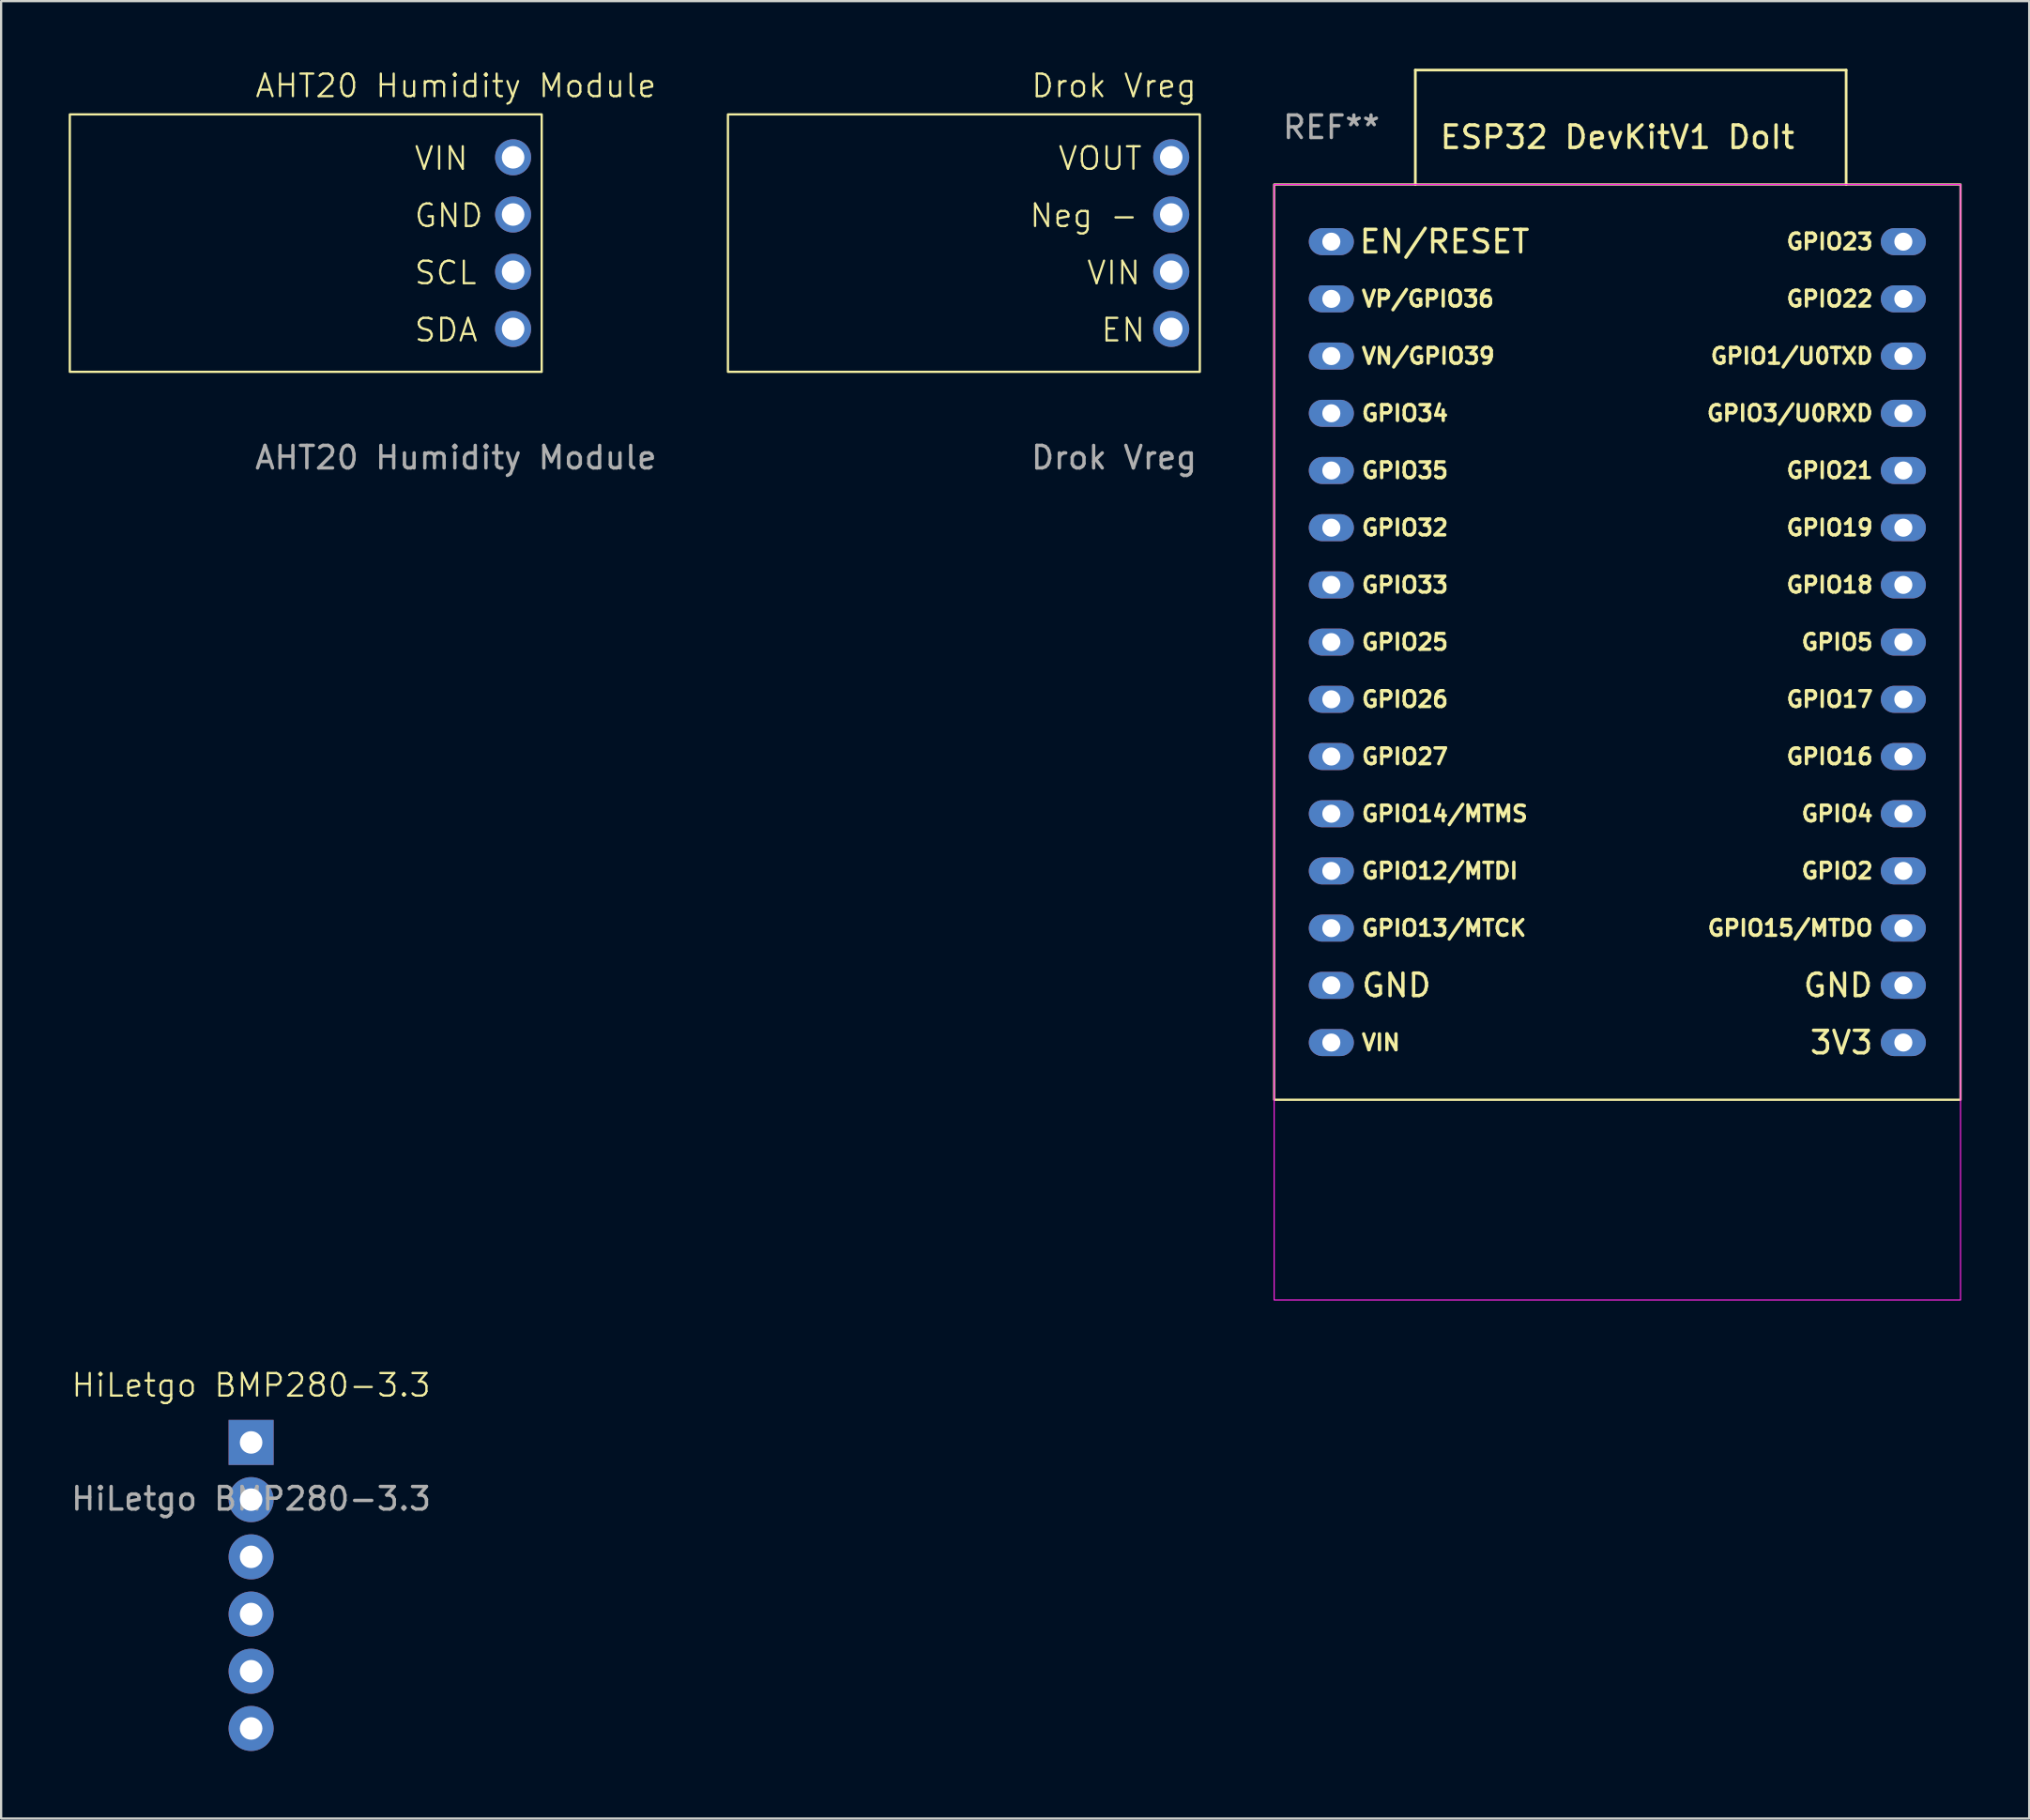
<source format=kicad_pcb>
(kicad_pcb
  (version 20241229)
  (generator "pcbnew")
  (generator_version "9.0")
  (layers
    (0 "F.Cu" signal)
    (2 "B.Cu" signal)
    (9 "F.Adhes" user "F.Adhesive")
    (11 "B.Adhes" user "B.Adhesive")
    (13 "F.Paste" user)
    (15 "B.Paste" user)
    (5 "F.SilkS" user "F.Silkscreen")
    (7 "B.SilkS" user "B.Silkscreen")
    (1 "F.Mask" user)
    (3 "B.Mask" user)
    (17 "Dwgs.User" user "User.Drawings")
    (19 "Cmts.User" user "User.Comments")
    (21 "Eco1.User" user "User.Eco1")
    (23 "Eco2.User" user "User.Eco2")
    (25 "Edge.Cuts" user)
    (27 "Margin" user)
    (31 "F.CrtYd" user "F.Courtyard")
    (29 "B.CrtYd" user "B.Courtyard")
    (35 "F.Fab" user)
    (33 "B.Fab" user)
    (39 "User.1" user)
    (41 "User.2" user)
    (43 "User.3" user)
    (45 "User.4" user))
  (footprint "HiLetgo BMP280-3.3"
    (layer "F.Cu")
    (at 8.101 60.995)
    (property "Reference" "HiLetgo BMP280-3.3" (at 0 -2.54 0) (unlocked yes) (layer "F.SilkS") (effects (font (size 1 1) (thickness 0.1))))
    (fp_text user "${REFERENCE}" (at 0 2.5 0) (unlocked yes) (layer "F.Fab") (effects (font (size 1 1) (thickness 0.15))))
    (pad "1" thru_hole rect (at 0 0) (size 2 2) (drill 1) (layers "*.Cu" "*.Mask"))
    (pad "2" thru_hole circle (at 0 2.54) (size 2 2) (drill 1) (layers "*.Cu" "*.Mask"))
    (pad "3" thru_hole circle (at 0 5.08) (size 2 2) (drill 1) (layers "*.Cu" "*.Mask"))
    (pad "4" thru_hole circle (at 0 7.62) (size 2 2) (drill 1) (layers "*.Cu" "*.Mask"))
    (pad "5" thru_hole circle (at 0 10.16) (size 2 2) (drill 1) (layers "*.Cu" "*.Mask"))
    (pad "6" thru_hole circle (at 0 12.7) (size 2 2) (drill 1) (layers "*.Cu" "*.Mask")))
  (footprint "Drok Vreg"
    (layer "F.Cu")
    (at 46.42 7.745)
    (property "Reference" "Drok Vreg" (at 0 -6.985 0) (unlocked yes) (layer "F.SilkS") (effects (font (size 1 1) (thickness 0.1))))
    (attr through_hole)
    (fp_rect (start 3.81 -5.715) (end -17.145 5.715) (stroke (width 0.1) (type default)) (fill no) (layer "F.SilkS"))
    (fp_text user "VIN" (at -1.27 1.905 0) (unlocked yes) (layer "F.SilkS") (effects (font (size 1 1) (thickness 0.1)) (justify left bottom)))
    (fp_text user "Neg -" (at -3.81 -0.635 0) (unlocked yes) (layer "F.SilkS") (effects (font (size 1 1) (thickness 0.1)) (justify left bottom)))
    (fp_text user "VOUT" (at -2.54 -3.175 0) (unlocked yes) (layer "F.SilkS") (effects (font (size 1 1) (thickness 0.1)) (justify left bottom)))
    (fp_text user "EN" (at -0.635 4.445 0) (unlocked yes) (layer "F.SilkS") (effects (font (size 1 1) (thickness 0.1)) (justify left bottom)))
    (fp_text user "${REFERENCE}" (at 0 9.525 0) (unlocked yes) (layer "F.Fab") (effects (font (size 1 1) (thickness 0.15))))
    (pad "1" thru_hole circle (at 2.54 -3.81 270) (size 1.6 1.6) (drill 1) (layers "*.Cu" "*.Mask"))
    (pad "2" thru_hole circle (at 2.54 -1.27 270) (size 1.6 1.6) (drill 1) (layers "*.Cu" "*.Mask"))
    (pad "3" thru_hole circle (at 2.54 1.27 270) (size 1.6 1.6) (drill 1) (layers "*.Cu" "*.Mask"))
    (pad "4" thru_hole circle (at 2.54 3.81 270) (size 1.6 1.6) (drill 1) (layers "*.Cu" "*.Mask")))
  (footprint "ESP32 DevKitV1 DoIt"
    (layer "F.Cu")
    (at 53.53 5.14)
    (property "Reference" "ESP32 DevKitV1 DoIt" (at 15.24 -2.1 0) (layer "F.SilkS") (effects (font (size 1 1) (thickness 0.15))))
    (attr through_hole)
    (fp_line (start 6.27 -5.08) (end 25.4 -5.08) (stroke (width 0.12) (type solid)) (layer "F.SilkS"))
    (fp_line (start 6.27 0) (end 6.27 -5.08) (stroke (width 0.12) (type solid)) (layer "F.SilkS"))
    (fp_line (start 25.4 0) (end 25.4 -5.08) (stroke (width 0.12) (type solid)) (layer "F.SilkS"))
    (fp_rect (start 0 0) (end 30.48 40.64) (stroke (width 0.1) (type default)) (fill no) (layer "F.SilkS"))
    (fp_rect (start 0 0) (end 30.48 49.53) (stroke (width 0.05) (type default)) (fill no) (layer "F.CrtYd"))
    (fp_text user "VN/GPIO39" (at 3.81 7.62 0) (unlocked yes) (layer "F.SilkS") (effects (font (size 0.7 0.7) (thickness 0.15)) (justify left)))
    (fp_text user "GND" (at 26.666 35.56 0) (unlocked yes) (layer "F.SilkS") (effects (font (size 1 1) (thickness 0.15)) (justify right)))
    (fp_text user "GPIO5" (at 26.67 20.32 0) (unlocked yes) (layer "F.SilkS") (effects (font (size 0.7 0.7) (thickness 0.15)) (justify right)))
    (fp_text user "GPIO22" (at 26.67 5.08 0) (unlocked yes) (layer "F.SilkS") (effects (font (size 0.7 0.7) (thickness 0.15)) (justify right)))
    (fp_text user "GPIO16" (at 26.67 25.4 0) (unlocked yes) (layer "F.SilkS") (effects (font (size 0.7 0.7) (thickness 0.15)) (justify right)))
    (fp_text user "GPIO3/U0RXD" (at 26.67 10.16 0) (unlocked yes) (layer "F.SilkS") (effects (font (size 0.7 0.7) (thickness 0.15)) (justify right)))
    (fp_text user "GPIO4" (at 26.67 27.94 0) (unlocked yes) (layer "F.SilkS") (effects (font (size 0.7 0.7) (thickness 0.15)) (justify right)))
    (fp_text user "GPIO15/MTDO" (at 26.67 33.02 0) (unlocked yes) (layer "F.SilkS") (effects (font (size 0.7 0.7) (thickness 0.15)) (justify right)))
    (fp_text user "VIN" (at 3.81 38.1 0) (unlocked yes) (layer "F.SilkS") (effects (font (size 0.7 0.7) (thickness 0.15)) (justify left)))
    (fp_text user "GPIO25" (at 3.81 20.32 0) (unlocked yes) (layer "F.SilkS") (effects (font (size 0.7 0.7) (thickness 0.15)) (justify left)))
    (fp_text user "GPIO27" (at 3.81 25.4 0) (unlocked yes) (layer "F.SilkS") (effects (font (size 0.7 0.7) (thickness 0.15)) (justify left)))
    (fp_text user "GPIO32" (at 3.81 15.24 0) (unlocked yes) (layer "F.SilkS") (effects (font (size 0.7 0.7) (thickness 0.15)) (justify left)))
    (fp_text user "GPIO2" (at 26.67 30.48 0) (unlocked yes) (layer "F.SilkS") (effects (font (size 0.7 0.7) (thickness 0.15)) (justify right)))
    (fp_text user "GPIO17" (at 26.67 22.86 0) (unlocked yes) (layer "F.SilkS") (effects (font (size 0.7 0.7) (thickness 0.15)) (justify right)))
    (fp_text user "GPIO21" (at 26.67 12.7 0) (unlocked yes) (layer "F.SilkS") (effects (font (size 0.7 0.7) (thickness 0.15)) (justify right)))
    (fp_text user "GPIO26" (at 3.81 22.86 0) (unlocked yes) (layer "F.SilkS") (effects (font (size 0.7 0.7) (thickness 0.15)) (justify left)))
    (fp_text user "EN/RESET" (at 11.426 2.537 0) (unlocked yes) (layer "F.SilkS") (effects (font (size 1 1) (thickness 0.15)) (justify right)))
    (fp_text user "3V3" (at 26.67 38.1 0) (unlocked yes) (layer "F.SilkS") (effects (font (size 1 1) (thickness 0.15)) (justify right)))
    (fp_text user "GPIO1/U0TXD" (at 26.67 7.62 0) (unlocked yes) (layer "F.SilkS") (effects (font (size 0.7 0.7) (thickness 0.15)) (justify right)))
    (fp_text user "GPIO18" (at 26.67 17.78 0) (unlocked yes) (layer "F.SilkS") (effects (font (size 0.7 0.7) (thickness 0.15)) (justify right)))
    (fp_text user "GPIO19" (at 26.67 15.24 0) (unlocked yes) (layer "F.SilkS") (effects (font (size 0.7 0.7) (thickness 0.15)) (justify right)))
    (fp_text user "VP/GPIO36" (at 3.81 5.08 0) (unlocked yes) (layer "F.SilkS") (effects (font (size 0.7 0.7) (thickness 0.15)) (justify left)))
    (fp_text user "GND" (at 3.81 35.56 0) (unlocked yes) (layer "F.SilkS") (effects (font (size 1 1) (thickness 0.15)) (justify left)))
    (fp_text user "GPIO12/MTDI" (at 3.81 30.48 0) (unlocked yes) (layer "F.SilkS") (effects (font (size 0.7 0.7) (thickness 0.15)) (justify left)))
    (fp_text user "GPIO13/MTCK" (at 3.81 33.02 0) (unlocked yes) (layer "F.SilkS") (effects (font (size 0.7 0.7) (thickness 0.15)) (justify left)))
    (fp_text user "GPIO34" (at 3.81 10.16 0) (unlocked yes) (layer "F.SilkS") (effects (font (size 0.7 0.7) (thickness 0.15)) (justify left)))
    (fp_text user "GPIO33" (at 3.81 17.78 0) (unlocked yes) (layer "F.SilkS") (effects (font (size 0.7 0.7) (thickness 0.15)) (justify left)))
    (fp_text user "GPIO35" (at 3.81 12.7 0) (unlocked yes) (layer "F.SilkS") (effects (font (size 0.7 0.7) (thickness 0.15)) (justify left)))
    (fp_text user "GPIO23" (at 26.67 2.54 0) (unlocked yes) (layer "F.SilkS") (effects (font (size 0.7 0.7) (thickness 0.15)) (justify right)))
    (fp_text user "GPIO14/MTMS" (at 3.81 27.94 0) (unlocked yes) (layer "F.SilkS") (effects (font (size 0.7 0.7) (thickness 0.15)) (justify left)))
    (fp_text user "REF**" (at 2.54 -2.54 0) (layer "F.Fab") (effects (font (size 1 1) (thickness 0.15))))
    (pad "1" thru_hole oval (at 2.54 2.54 270) (size 1.2 2) (drill 0.8) (layers "*.Cu" "*.Mask"))
    (pad "2" thru_hole oval (at 2.54 5.08 270) (size 1.2 2) (drill 0.8) (layers "*.Cu" "*.Mask"))
    (pad "3" thru_hole oval (at 2.54 7.62 270) (size 1.2 2) (drill 0.8) (layers "*.Cu" "*.Mask"))
    (pad "4" thru_hole oval (at 2.54 10.16 270) (size 1.2 2) (drill 0.8) (layers "*.Cu" "*.Mask"))
    (pad "5" thru_hole oval (at 2.54 12.7 270) (size 1.2 2) (drill 0.8) (layers "*.Cu" "*.Mask"))
    (pad "6" thru_hole oval (at 2.54 15.24 270) (size 1.2 2) (drill 0.8) (layers "*.Cu" "*.Mask"))
    (pad "7" thru_hole oval (at 2.54 17.78 270) (size 1.2 2) (drill 0.8) (layers "*.Cu" "*.Mask"))
    (pad "8" thru_hole oval (at 2.54 20.32 270) (size 1.2 2) (drill 0.8) (layers "*.Cu" "*.Mask"))
    (pad "9" thru_hole oval (at 2.54 22.86 270) (size 1.2 2) (drill 0.8) (layers "*.Cu" "*.Mask"))
    (pad "10" thru_hole oval (at 2.54 25.4 270) (size 1.2 2) (drill 0.8) (layers "*.Cu" "*.Mask"))
    (pad "11" thru_hole oval (at 2.54 27.94 270) (size 1.2 2) (drill 0.8) (layers "*.Cu" "*.Mask"))
    (pad "12" thru_hole oval (at 2.54 30.48 270) (size 1.2 2) (drill 0.8) (layers "*.Cu" "*.Mask"))
    (pad "13" thru_hole oval (at 2.54 33.02 270) (size 1.2 2) (drill 0.8) (layers "*.Cu" "*.Mask"))
    (pad "14" thru_hole oval (at 2.54 35.56 270) (size 1.2 2) (drill 0.8) (layers "*.Cu" "*.Mask"))
    (pad "15" thru_hole oval (at 2.54 38.1 270) (size 1.2 2) (drill 0.8) (layers "*.Cu" "*.Mask"))
    (pad "16" thru_hole oval (at 27.94 38.1 270) (size 1.2 2) (drill 0.8) (layers "*.Cu" "*.Mask"))
    (pad "17" thru_hole oval (at 27.94 35.56 270) (size 1.2 2) (drill 0.8) (layers "*.Cu" "*.Mask"))
    (pad "18" thru_hole oval (at 27.94 33.02 270) (size 1.2 2) (drill 0.8) (layers "*.Cu" "*.Mask"))
    (pad "19" thru_hole oval (at 27.94 30.48 270) (size 1.2 2) (drill 0.8) (layers "*.Cu" "*.Mask"))
    (pad "20" thru_hole oval (at 27.94 27.94 270) (size 1.2 2) (drill 0.8) (layers "*.Cu" "*.Mask"))
    (pad "21" thru_hole oval (at 27.94 25.4 270) (size 1.2 2) (drill 0.8) (layers "*.Cu" "*.Mask"))
    (pad "22" thru_hole oval (at 27.94 22.86 270) (size 1.2 2) (drill 0.8) (layers "*.Cu" "*.Mask"))
    (pad "23" thru_hole oval (at 27.94 20.32 270) (size 1.2 2) (drill 0.8) (layers "*.Cu" "*.Mask"))
    (pad "24" thru_hole oval (at 27.94 17.78 270) (size 1.2 2) (drill 0.8) (layers "*.Cu" "*.Mask"))
    (pad "25" thru_hole oval (at 27.94 15.24 270) (size 1.2 2) (drill 0.8) (layers "*.Cu" "*.Mask"))
    (pad "26" thru_hole oval (at 27.94 12.7 270) (size 1.2 2) (drill 0.8) (layers "*.Cu" "*.Mask"))
    (pad "27" thru_hole oval (at 27.94 10.16 270) (size 1.2 2) (drill 0.8) (layers "*.Cu" "*.Mask"))
    (pad "28" thru_hole oval (at 27.94 7.62 270) (size 1.2 2) (drill 0.8) (layers "*.Cu" "*.Mask"))
    (pad "29" thru_hole oval (at 27.94 5.08 270) (size 1.2 2) (drill 0.8) (layers "*.Cu" "*.Mask"))
    (pad "30" thru_hole oval (at 27.94 2.54 270) (size 1.2 2) (drill 0.8) (layers "*.Cu" "*.Mask")))
  (footprint "AHT20 Humidity Module"
    (layer "F.Cu")
    (at 17.195 7.745)
    (property "Reference" "AHT20 Humidity Module" (at 0 -6.985 0) (unlocked yes) (layer "F.SilkS") (effects (font (size 1 1) (thickness 0.1))))
    (attr through_hole)
    (fp_rect (start 3.81 -5.715) (end -17.145 5.715) (stroke (width 0.1) (type default)) (fill no) (layer "F.SilkS"))
    (fp_text user "SCL" (at -1.905 1.905 0) (unlocked yes) (layer "F.SilkS") (effects (font (size 1 1) (thickness 0.1)) (justify left bottom)))
    (fp_text user "SDA" (at -1.905 4.445 0) (unlocked yes) (layer "F.SilkS") (effects (font (size 1 1) (thickness 0.1)) (justify left bottom)))
    (fp_text user "GND" (at -1.905 -0.635 0) (unlocked yes) (layer "F.SilkS") (effects (font (size 1 1) (thickness 0.1)) (justify left bottom)))
    (fp_text user "VIN" (at -1.905 -3.175 0) (unlocked yes) (layer "F.SilkS") (effects (font (size 1 1) (thickness 0.1)) (justify left bottom)))
    (fp_text user "${REFERENCE}" (at 0 9.525 0) (unlocked yes) (layer "F.Fab") (effects (font (size 1 1) (thickness 0.15))))
    (pad "1" thru_hole circle (at 2.54 -3.81 270) (size 1.6 1.6) (drill 1) (layers "*.Cu" "*.Mask"))
    (pad "2" thru_hole circle (at 2.54 -1.27 270) (size 1.6 1.6) (drill 1) (layers "*.Cu" "*.Mask"))
    (pad "3" thru_hole circle (at 2.54 1.27 270) (size 1.6 1.6) (drill 1) (layers "*.Cu" "*.Mask"))
    (pad "4" thru_hole circle (at 2.54 3.81 270) (size 1.6 1.6) (drill 1) (layers "*.Cu" "*.Mask")))
  (gr_rect
    (start -3 -3)
    (end 87.06 77.695)
    (stroke (width 0.1) (type default))
    (fill no)
    (layer "Edge.Cuts")))
</source>
